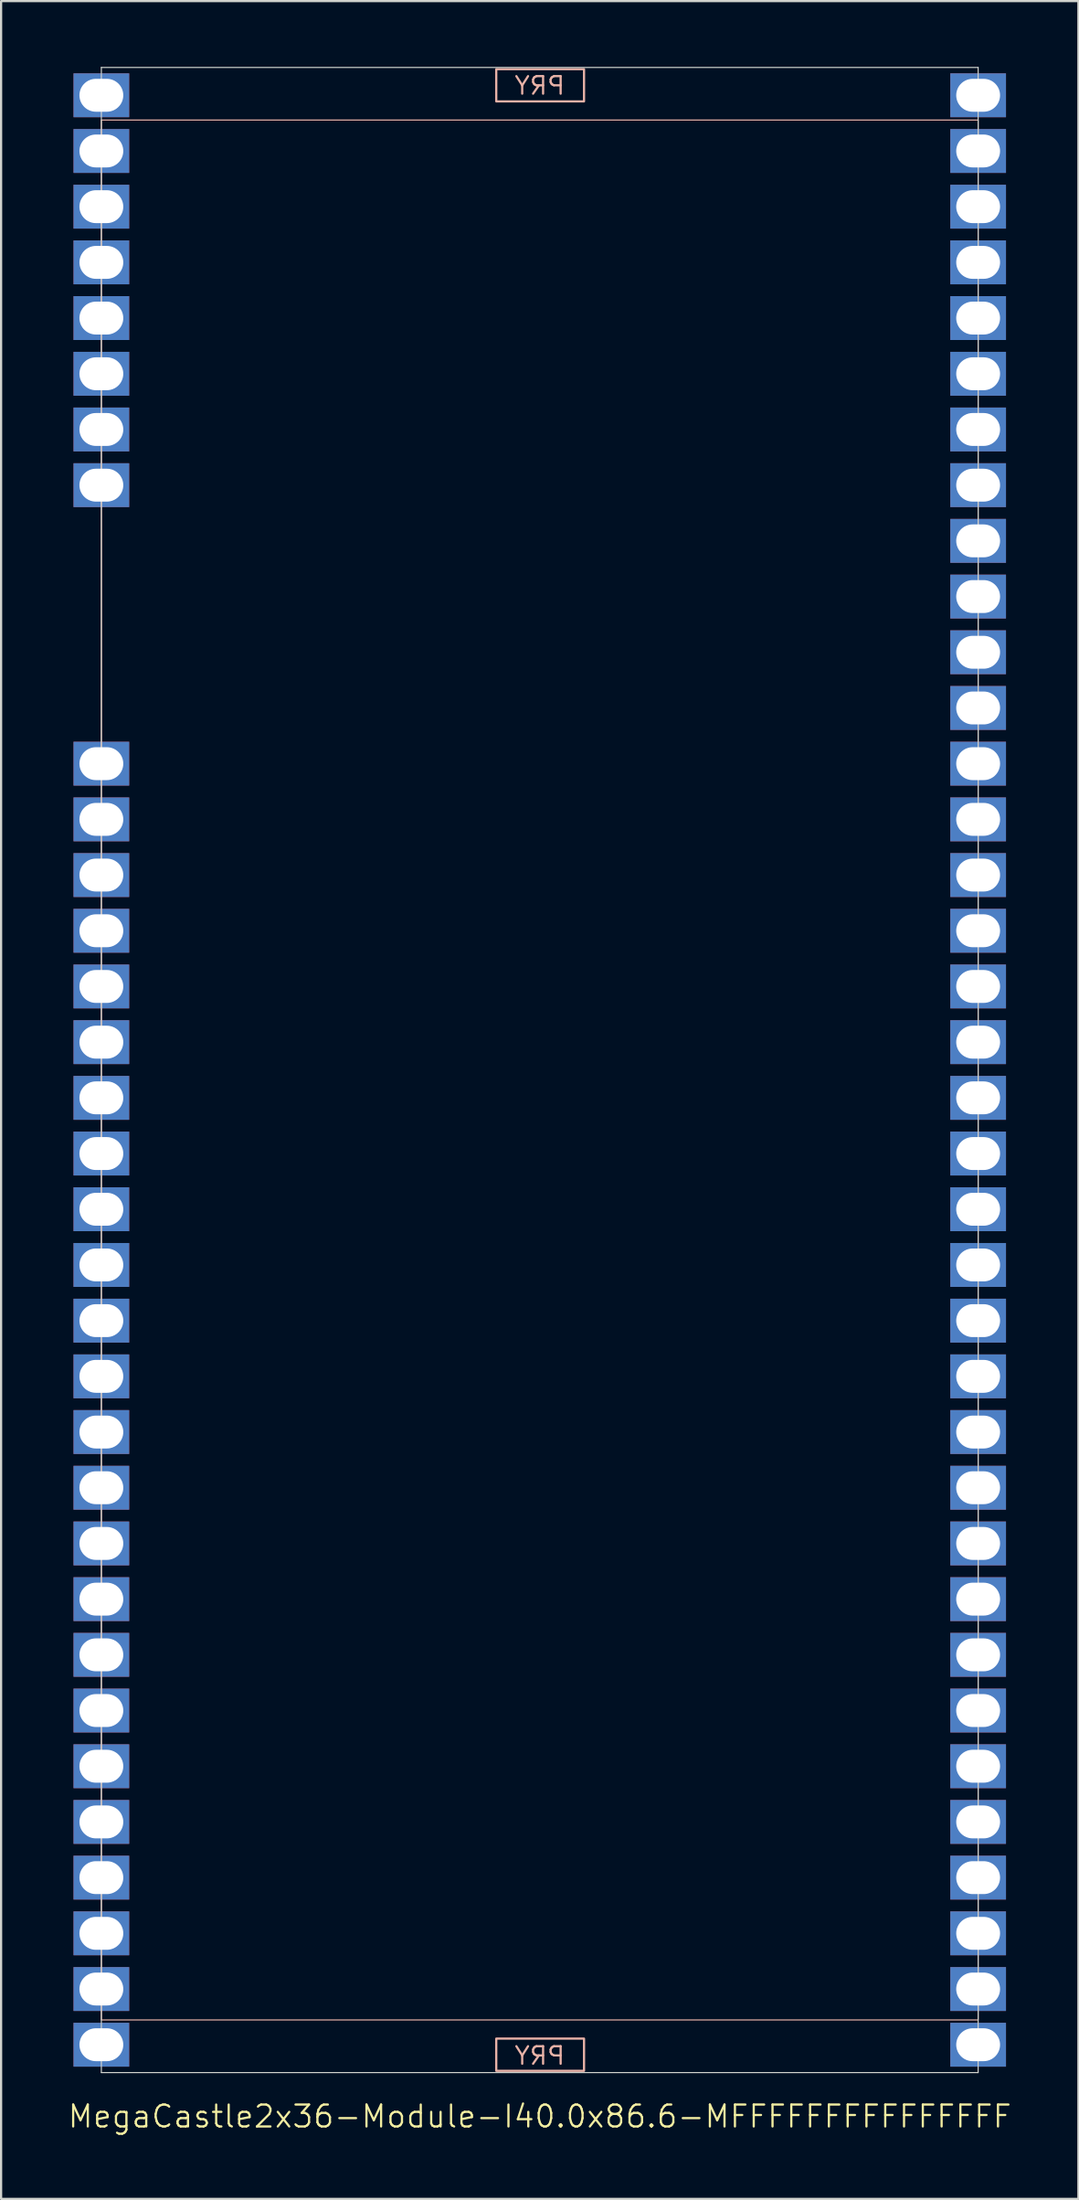
<source format=kicad_pcb>
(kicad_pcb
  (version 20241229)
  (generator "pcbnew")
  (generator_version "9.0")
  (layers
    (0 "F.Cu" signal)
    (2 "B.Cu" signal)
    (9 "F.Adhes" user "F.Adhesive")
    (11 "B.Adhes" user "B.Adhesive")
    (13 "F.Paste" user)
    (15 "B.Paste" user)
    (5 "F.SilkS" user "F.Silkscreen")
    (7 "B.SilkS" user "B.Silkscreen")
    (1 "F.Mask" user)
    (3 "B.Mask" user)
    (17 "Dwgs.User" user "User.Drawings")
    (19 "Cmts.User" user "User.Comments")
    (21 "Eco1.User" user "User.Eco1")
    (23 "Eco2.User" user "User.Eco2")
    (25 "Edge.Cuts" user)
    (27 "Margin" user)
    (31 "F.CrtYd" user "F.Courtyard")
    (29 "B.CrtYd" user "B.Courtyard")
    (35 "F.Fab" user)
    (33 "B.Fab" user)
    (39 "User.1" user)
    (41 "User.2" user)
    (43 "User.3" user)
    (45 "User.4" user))
  (footprint "MegaCastle2x36-Module-I40.0x86.6-MFFFFFFFFFFFFFFF"
    (layer "F.Cu")
    (at 21.574 45.745)
    (property "Reference" "MegaCastle2x36-Module-I40.0x86.6-MFFFFFFFFFFFFFFF" (at 0 47.72 0) (unlocked yes) (layer "F.SilkS") (effects (font (size 1 1) (thickness 0.1))))
    (attr smd)
    (fp_rect (start -20 43.32) (end 20 -43.32) (stroke (width 0.05) (type default)) (fill no) (layer "B.SilkS"))
    (fp_rect (start -1.984 -44.171) (end 2.02 -45.64) (stroke (width 0.1) (type default)) (fill no) (layer "B.SilkS"))
    (fp_rect (start -1.984 44.171) (end 2.02 45.64) (stroke (width 0.1) (type default)) (fill no) (layer "B.SilkS"))
    (fp_line (start -20 -45.72) (end -20 45.72) (stroke (width 0.05) (type default)) (layer "Edge.Cuts"))
    (fp_line (start -20 -45.72) (end 20 -45.72) (stroke (width 0.05) (type default)) (layer "Edge.Cuts"))
    (fp_line (start -20 45.72) (end 20 45.72) (stroke (width 0.05) (type default)) (layer "Edge.Cuts"))
    (fp_line (start 20 -45.72) (end 20 45.72) (stroke (width 0.05) (type default)) (layer "Edge.Cuts"))
    (fp_text user "PRY" (at 0 45.42 0) (unlocked yes) (layer "B.SilkS") (effects (font (size 0.8 0.8) (thickness 0.1)) (justify bottom mirror)))
    (fp_text user "PRY" (at 0 -44.42 0) (unlocked yes) (layer "B.SilkS") (effects (font (size 0.8 0.8) (thickness 0.1)) (justify bottom mirror)))
    (pad "1" thru_hole rect (at -20 -44.45) (size 2.54 2) (drill oval 2 1.5) (property pad_prop_castellated) (layers "*.Cu" "*.Mask"))
    (pad "2" thru_hole rect (at -20 -41.91) (size 2.54 2) (drill oval 2 1.5) (property pad_prop_castellated) (layers "*.Cu" "*.Mask"))
    (pad "3" thru_hole rect (at -20 -39.37) (size 2.54 2) (drill oval 2 1.5) (property pad_prop_castellated) (layers "*.Cu" "*.Mask"))
    (pad "4" thru_hole rect (at -20 -36.83) (size 2.54 2) (drill oval 2 1.5) (property pad_prop_castellated) (layers "*.Cu" "*.Mask"))
    (pad "5" thru_hole rect (at -20 -34.29) (size 2.54 2) (drill oval 2 1.5) (property pad_prop_castellated) (layers "*.Cu" "*.Mask"))
    (pad "6" thru_hole rect (at -20 -31.75) (size 2.54 2) (drill oval 2 1.5) (property pad_prop_castellated) (layers "*.Cu" "*.Mask"))
    (pad "7" thru_hole rect (at -20 -29.21) (size 2.54 2) (drill oval 2 1.5) (property pad_prop_castellated) (layers "*.Cu" "*.Mask"))
    (pad "8" thru_hole rect (at -20 -26.67) (size 2.54 2) (drill oval 2 1.5) (property pad_prop_castellated) (layers "*.Cu" "*.Mask"))
    (pad "13" thru_hole rect (at -20 -13.97) (size 2.54 2) (drill oval 2 1.5) (property pad_prop_castellated) (layers "*.Cu" "*.Mask"))
    (pad "14" thru_hole rect (at -20 -11.43) (size 2.54 2) (drill oval 2 1.5) (property pad_prop_castellated) (layers "*.Cu" "*.Mask"))
    (pad "15" thru_hole rect (at -20 -8.89) (size 2.54 2) (drill oval 2 1.5) (property pad_prop_castellated) (layers "*.Cu" "*.Mask"))
    (pad "16" thru_hole rect (at -20 -6.35) (size 2.54 2) (drill oval 2 1.5) (property pad_prop_castellated) (layers "*.Cu" "*.Mask"))
    (pad "17" thru_hole rect (at -20 -3.81) (size 2.54 2) (drill oval 2 1.5) (property pad_prop_castellated) (layers "*.Cu" "*.Mask"))
    (pad "18" thru_hole rect (at -20 -1.27) (size 2.54 2) (drill oval 2 1.5) (property pad_prop_castellated) (layers "*.Cu" "*.Mask"))
    (pad "19" thru_hole rect (at -20 1.27) (size 2.54 2) (drill oval 2 1.5) (property pad_prop_castellated) (layers "*.Cu" "*.Mask"))
    (pad "20" thru_hole rect (at -20 3.81) (size 2.54 2) (drill oval 2 1.5) (property pad_prop_castellated) (layers "*.Cu" "*.Mask"))
    (pad "21" thru_hole rect (at -20 6.35) (size 2.54 2) (drill oval 2 1.5) (property pad_prop_castellated) (layers "*.Cu" "*.Mask"))
    (pad "22" thru_hole rect (at -20 8.89) (size 2.54 2) (drill oval 2 1.5) (property pad_prop_castellated) (layers "*.Cu" "*.Mask"))
    (pad "23" thru_hole rect (at -20 11.43) (size 2.54 2) (drill oval 2 1.5) (property pad_prop_castellated) (layers "*.Cu" "*.Mask"))
    (pad "24" thru_hole rect (at -20 13.97) (size 2.54 2) (drill oval 2 1.5) (property pad_prop_castellated) (layers "*.Cu" "*.Mask"))
    (pad "25" thru_hole rect (at -20 16.51) (size 2.54 2) (drill oval 2 1.5) (property pad_prop_castellated) (layers "*.Cu" "*.Mask"))
    (pad "26" thru_hole rect (at -20 19.05) (size 2.54 2) (drill oval 2 1.5) (property pad_prop_castellated) (layers "*.Cu" "*.Mask"))
    (pad "27" thru_hole rect (at -20 21.59) (size 2.54 2) (drill oval 2 1.5) (property pad_prop_castellated) (layers "*.Cu" "*.Mask"))
    (pad "28" thru_hole rect (at -20 24.13) (size 2.54 2) (drill oval 2 1.5) (property pad_prop_castellated) (layers "*.Cu" "*.Mask"))
    (pad "29" thru_hole rect (at -20 26.67) (size 2.54 2) (drill oval 2 1.5) (property pad_prop_castellated) (layers "*.Cu" "*.Mask"))
    (pad "30" thru_hole rect (at -20 29.21) (size 2.54 2) (drill oval 2 1.5) (property pad_prop_castellated) (layers "*.Cu" "*.Mask"))
    (pad "31" thru_hole rect (at -20 31.75) (size 2.54 2) (drill oval 2 1.5) (property pad_prop_castellated) (layers "*.Cu" "*.Mask"))
    (pad "32" thru_hole rect (at -20 34.29) (size 2.54 2) (drill oval 2 1.5) (property pad_prop_castellated) (layers "*.Cu" "*.Mask"))
    (pad "33" thru_hole rect (at -20 36.83) (size 2.54 2) (drill oval 2 1.5) (property pad_prop_castellated) (layers "*.Cu" "*.Mask"))
    (pad "34" thru_hole rect (at -20 39.37) (size 2.54 2) (drill oval 2 1.5) (property pad_prop_castellated) (layers "*.Cu" "*.Mask"))
    (pad "35" thru_hole rect (at -20 41.91) (size 2.54 2) (drill oval 2 1.5) (property pad_prop_castellated) (layers "*.Cu" "*.Mask"))
    (pad "36" thru_hole rect (at -20 44.45) (size 2.54 2) (drill oval 2 1.5) (property pad_prop_castellated) (layers "*.Cu" "*.Mask"))
    (pad "37" thru_hole rect (at 20 -44.45) (size 2.54 2) (drill oval 2 1.5) (property pad_prop_castellated) (layers "*.Cu" "*.Mask"))
    (pad "38" thru_hole rect (at 20 -41.91) (size 2.54 2) (drill oval 2 1.5) (property pad_prop_castellated) (layers "*.Cu" "*.Mask"))
    (pad "39" thru_hole rect (at 20 -39.37) (size 2.54 2) (drill oval 2 1.5) (property pad_prop_castellated) (layers "*.Cu" "*.Mask"))
    (pad "40" thru_hole rect (at 20 -36.83) (size 2.54 2) (drill oval 2 1.5) (property pad_prop_castellated) (layers "*.Cu" "*.Mask"))
    (pad "41" thru_hole rect (at 20 -34.29) (size 2.54 2) (drill oval 2 1.5) (property pad_prop_castellated) (layers "*.Cu" "*.Mask"))
    (pad "42" thru_hole rect (at 20 -31.75) (size 2.54 2) (drill oval 2 1.5) (property pad_prop_castellated) (layers "*.Cu" "*.Mask"))
    (pad "43" thru_hole rect (at 20 -29.21) (size 2.54 2) (drill oval 2 1.5) (property pad_prop_castellated) (layers "*.Cu" "*.Mask"))
    (pad "44" thru_hole rect (at 20 -26.67) (size 2.54 2) (drill oval 2 1.5) (property pad_prop_castellated) (layers "*.Cu" "*.Mask"))
    (pad "45" thru_hole rect (at 20 -24.13) (size 2.54 2) (drill oval 2 1.5) (property pad_prop_castellated) (layers "*.Cu" "*.Mask"))
    (pad "46" thru_hole rect (at 20 -21.59) (size 2.54 2) (drill oval 2 1.5) (property pad_prop_castellated) (layers "*.Cu" "*.Mask"))
    (pad "47" thru_hole rect (at 20 -19.05) (size 2.54 2) (drill oval 2 1.5) (property pad_prop_castellated) (layers "*.Cu" "*.Mask"))
    (pad "48" thru_hole rect (at 20 -16.51) (size 2.54 2) (drill oval 2 1.5) (property pad_prop_castellated) (layers "*.Cu" "*.Mask"))
    (pad "49" thru_hole rect (at 20 -13.97) (size 2.54 2) (drill oval 2 1.5) (property pad_prop_castellated) (layers "*.Cu" "*.Mask"))
    (pad "50" thru_hole rect (at 20 -11.43) (size 2.54 2) (drill oval 2 1.5) (property pad_prop_castellated) (layers "*.Cu" "*.Mask"))
    (pad "51" thru_hole rect (at 20 -8.89) (size 2.54 2) (drill oval 2 1.5) (property pad_prop_castellated) (layers "*.Cu" "*.Mask"))
    (pad "52" thru_hole rect (at 20 -6.35) (size 2.54 2) (drill oval 2 1.5) (property pad_prop_castellated) (layers "*.Cu" "*.Mask"))
    (pad "53" thru_hole rect (at 20 -3.81) (size 2.54 2) (drill oval 2 1.5) (property pad_prop_castellated) (layers "*.Cu" "*.Mask"))
    (pad "54" thru_hole rect (at 20 -1.27) (size 2.54 2) (drill oval 2 1.5) (property pad_prop_castellated) (layers "*.Cu" "*.Mask"))
    (pad "55" thru_hole rect (at 20 1.27) (size 2.54 2) (drill oval 2 1.5) (property pad_prop_castellated) (layers "*.Cu" "*.Mask"))
    (pad "56" thru_hole rect (at 20 3.81) (size 2.54 2) (drill oval 2 1.5) (property pad_prop_castellated) (layers "*.Cu" "*.Mask"))
    (pad "57" thru_hole rect (at 20 6.35) (size 2.54 2) (drill oval 2 1.5) (property pad_prop_castellated) (layers "*.Cu" "*.Mask"))
    (pad "58" thru_hole rect (at 20 8.89) (size 2.54 2) (drill oval 2 1.5) (property pad_prop_castellated) (layers "*.Cu" "*.Mask"))
    (pad "59" thru_hole rect (at 20 11.43) (size 2.54 2) (drill oval 2 1.5) (property pad_prop_castellated) (layers "*.Cu" "*.Mask"))
    (pad "60" thru_hole rect (at 20 13.97) (size 2.54 2) (drill oval 2 1.5) (property pad_prop_castellated) (layers "*.Cu" "*.Mask"))
    (pad "61" thru_hole rect (at 20 16.51) (size 2.54 2) (drill oval 2 1.5) (property pad_prop_castellated) (layers "*.Cu" "*.Mask"))
    (pad "62" thru_hole rect (at 20 19.05) (size 2.54 2) (drill oval 2 1.5) (property pad_prop_castellated) (layers "*.Cu" "*.Mask"))
    (pad "63" thru_hole rect (at 20 21.59) (size 2.54 2) (drill oval 2 1.5) (property pad_prop_castellated) (layers "*.Cu" "*.Mask"))
    (pad "64" thru_hole rect (at 20 24.13) (size 2.54 2) (drill oval 2 1.5) (property pad_prop_castellated) (layers "*.Cu" "*.Mask"))
    (pad "65" thru_hole rect (at 20 26.67) (size 2.54 2) (drill oval 2 1.5) (property pad_prop_castellated) (layers "*.Cu" "*.Mask"))
    (pad "66" thru_hole rect (at 20 29.21) (size 2.54 2) (drill oval 2 1.5) (property pad_prop_castellated) (layers "*.Cu" "*.Mask"))
    (pad "67" thru_hole rect (at 20 31.75) (size 2.54 2) (drill oval 2 1.5) (property pad_prop_castellated) (layers "*.Cu" "*.Mask"))
    (pad "68" thru_hole rect (at 20 34.29) (size 2.54 2) (drill oval 2 1.5) (property pad_prop_castellated) (layers "*.Cu" "*.Mask"))
    (pad "69" thru_hole rect (at 20 36.83) (size 2.54 2) (drill oval 2 1.5) (property pad_prop_castellated) (layers "*.Cu" "*.Mask"))
    (pad "70" thru_hole rect (at 20 39.37) (size 2.54 2) (drill oval 2 1.5) (property pad_prop_castellated) (layers "*.Cu" "*.Mask"))
    (pad "71" thru_hole rect (at 20 41.91) (size 2.54 2) (drill oval 2 1.5) (property pad_prop_castellated) (layers "*.Cu" "*.Mask"))
    (pad "72" thru_hole rect (at 20 44.45) (size 2.54 2) (drill oval 2 1.5) (property pad_prop_castellated) (layers "*.Cu" "*.Mask"))
    (zone (net_name "") (layer "B.Cu") (hatch edge 0.5) (connect_pads) (min_thickness 0.25) (filled_areas_thickness no) (keepout (tracks allowed) (vias allowed) (pads allowed) (copperpour allowed) (footprints not_allowed)) (placement (enabled no)) (fill) (polygon (pts (xy 1.574 91.465) (xy 1.574 0.025))))
    (zone (net_name "") (layer "B.Cu") (hatch edge 0.5) (connect_pads) (min_thickness 0.25) (filled_areas_thickness no) (keepout (tracks allowed) (vias allowed) (pads allowed) (copperpour allowed) (footprints not_allowed)) (placement (enabled no)) (fill) (polygon (pts (xy 41.574 91.465) (xy 41.574 0.025))))
    (zone (net_name "") (layer "B.Cu") (hatch edge 0.5) (connect_pads) (min_thickness 0.25) (filled_areas_thickness no) (keepout (tracks allowed) (vias allowed) (pads allowed) (copperpour allowed) (footprints not_allowed)) (placement (enabled no)) (fill) (polygon (pts (xy 1.574 0.025) (xy 1.574 2.425) (xy 41.574 2.425) (xy 41.574 0.025))))
    (zone (net_name "") (layer "B.Cu") (hatch edge 0.5) (connect_pads) (min_thickness 0.25) (filled_areas_thickness no) (keepout (tracks allowed) (vias allowed) (pads allowed) (copperpour allowed) (footprints not_allowed)) (placement (enabled no)) (fill) (polygon (pts (xy 1.574 91.465) (xy 1.574 89.065) (xy 41.574 89.065) (xy 41.574 91.465))))
    (zone (net_name "") (layer "B.Cu") (name "Upper Pry Zone") (hatch edge 0.5) (connect_pads) (min_thickness 0.25) (filled_areas_thickness no) (keepout (tracks not_allowed) (vias not_allowed) (pads not_allowed) (copperpour allowed) (footprints not_allowed)) (placement (enabled no)) (fill) (polygon (pts (xy 19.59 1.574) (xy 19.59 0.105) (xy 23.593 0.105) (xy 23.593 1.574))))
    (zone (net_name "") (layer "B.Cu") (name "Upper Pry Zone") (hatch edge 0.5) (connect_pads) (min_thickness 0.25) (filled_areas_thickness no) (keepout (tracks not_allowed) (vias not_allowed) (pads not_allowed) (copperpour allowed) (footprints not_allowed)) (placement (enabled no)) (fill) (polygon (pts (xy 19.59 89.916) (xy 19.59 91.385) (xy 23.593 91.385) (xy 23.593 89.916)))))
  (gr_rect
    (start -3 -3)
    (end 46.148 97.226)
    (stroke (width 0.1) (type default))
    (fill no)
    (layer "Edge.Cuts")))
</source>
